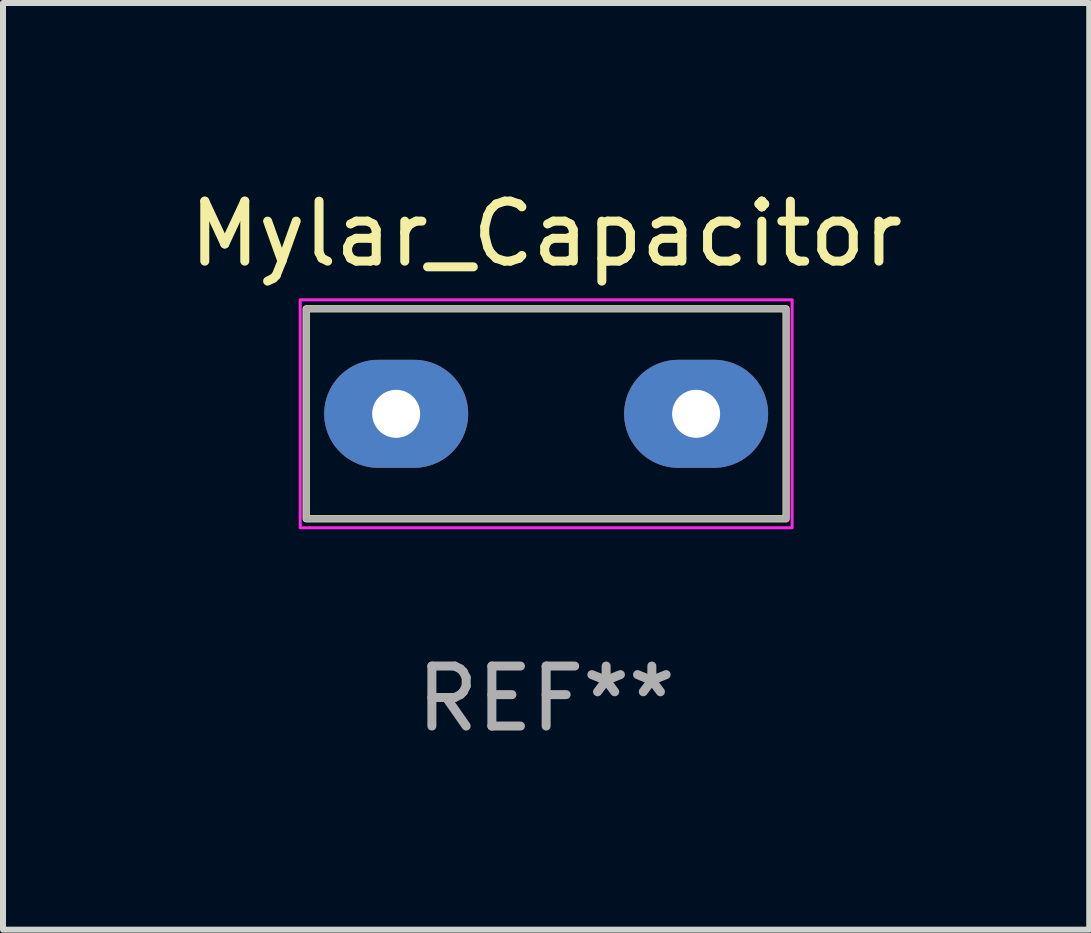
<source format=kicad_pcb>
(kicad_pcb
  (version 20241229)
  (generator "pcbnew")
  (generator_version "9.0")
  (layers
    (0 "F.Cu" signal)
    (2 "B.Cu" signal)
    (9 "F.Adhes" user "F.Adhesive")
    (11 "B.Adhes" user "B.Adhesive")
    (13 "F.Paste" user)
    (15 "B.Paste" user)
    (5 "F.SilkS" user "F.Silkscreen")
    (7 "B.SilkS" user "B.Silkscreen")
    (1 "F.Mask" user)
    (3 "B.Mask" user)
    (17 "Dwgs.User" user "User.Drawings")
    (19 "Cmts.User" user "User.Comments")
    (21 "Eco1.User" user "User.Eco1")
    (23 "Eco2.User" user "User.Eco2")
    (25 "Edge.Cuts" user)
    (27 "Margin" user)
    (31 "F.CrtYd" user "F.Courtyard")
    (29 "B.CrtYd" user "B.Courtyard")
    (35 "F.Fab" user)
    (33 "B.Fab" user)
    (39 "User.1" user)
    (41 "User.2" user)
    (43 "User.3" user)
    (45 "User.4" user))
  (footprint "Mylar_Capacitor"
    (layer "F.Cu")
    (at 6.054 3.848)
    (property "Reference" "Mylar_Capacitor" (at 0 -3 0) (unlocked yes) (layer "F.SilkS") (effects (font (size 1 1) (thickness 0.15))))
    (attr through_hole)
    (fp_rect (start -4 -1.75) (end 4 1.75) (stroke (width 0.12) (type solid)) (fill no) (layer "F.SilkS"))
    (fp_rect (start -4.1 -1.9) (end 4.1 1.9) (stroke (width 0.05) (type solid)) (fill no) (layer "F.CrtYd"))
    (fp_rect (start -4 -1.75) (end 4 1.75) (stroke (width 0.1) (type solid)) (fill no) (layer "F.Fab"))
    (fp_text user "REF**" (at 0 4.75 0) (unlocked yes) (layer "F.Fab") (effects (font (size 1 1) (thickness 0.15))))
    (pad "1" thru_hole oval (at -2.5 0) (size 2.4 1.8) (drill 0.8) (layers "*.Cu" "*.Mask"))
    (pad "2" thru_hole oval (at 2.5 0) (size 2.4 1.8) (drill 0.8) (layers "*.Cu" "*.Mask")))
  (gr_rect
    (start -3 -3)
    (end 15.107 12.447)
    (stroke (width 0.1) (type default))
    (fill no)
    (layer "Edge.Cuts")))
</source>
